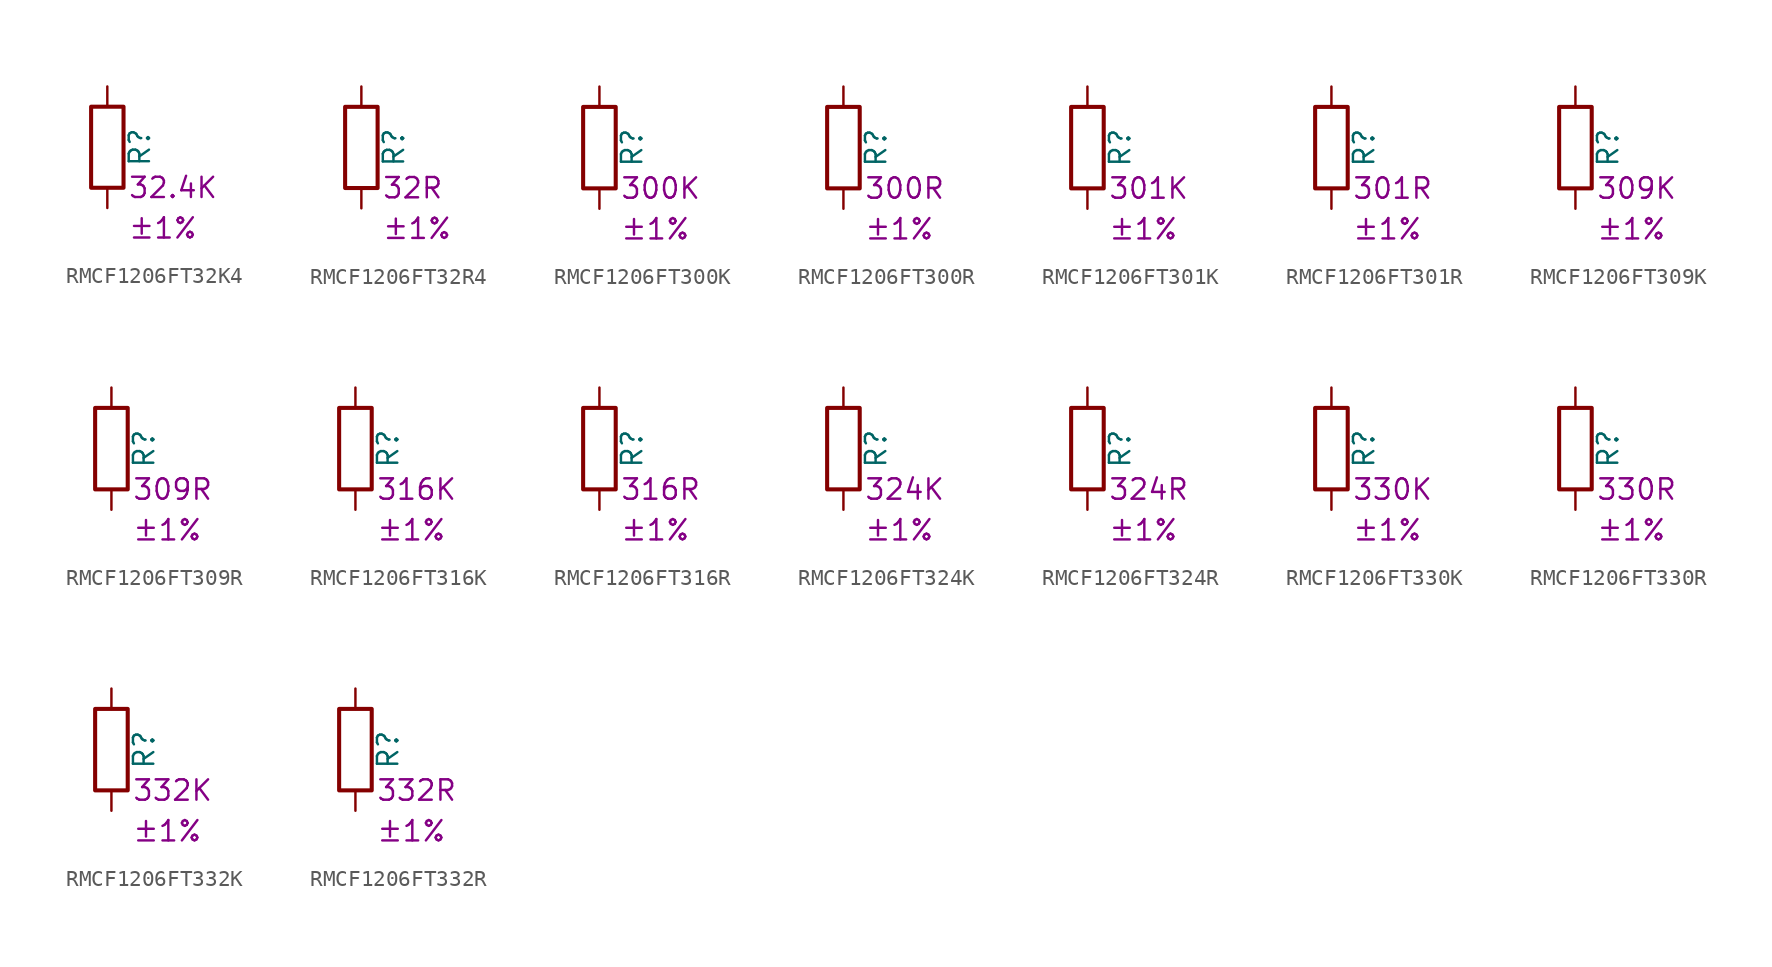
<source format=kicad_sym>
(kicad_symbol_lib
  (version 20220914)
  (generator kicad_symbol_editor)
  (symbol "RMCF1206FT32K4"
    (pin_numbers hide)
    (pin_names
      (offset 0))
    (property "Reference" "R"
      (at 2.032 0 90)
      (effects (font (size 1.27 1.27))))
    (property "Resistance" "32.4K"
      (at 1.27 -2.54 0)
      (effects (font (size 1.27 1.27)) (justify left)))
    (property "Tolerance" "±1%"
      (at 1.27 -5.08 0)
      (effects (font (size 1.27 1.27)) (justify left)))
    (symbol "RMCF1206FT32K4_0_1"
      (rectangle (start -1.016 -2.54) (end 1.016 2.54) (stroke (width 0.254) (type default)) (fill (type none))))
    (symbol "RMCF1206FT32K4_1_1"
      (pin passive line (at 0 3.81 270) (length 1.27) (name "~" (effects (font (size 1.27 1.27)))) (number "1" (effects (font (size 1.27 1.27)))))
      (pin passive line (at 0 -3.81 90) (length 1.27) (name "~" (effects (font (size 1.27 1.27)))) (number "2" (effects (font (size 1.27 1.27)))))))
  (symbol "RMCF1206FT32R4"
    (pin_numbers hide)
    (pin_names
      (offset 0))
    (property "Reference" "R"
      (at 2.032 0 90)
      (effects (font (size 1.27 1.27))))
    (property "Resistance" "32R"
      (at 1.27 -2.54 0)
      (effects (font (size 1.27 1.27)) (justify left)))
    (property "Tolerance" "±1%"
      (at 1.27 -5.08 0)
      (effects (font (size 1.27 1.27)) (justify left)))
    (symbol "RMCF1206FT32R4_0_1"
      (rectangle (start -1.016 -2.54) (end 1.016 2.54) (stroke (width 0.254) (type default)) (fill (type none))))
    (symbol "RMCF1206FT32R4_1_1"
      (pin passive line (at 0 3.81 270) (length 1.27) (name "~" (effects (font (size 1.27 1.27)))) (number "1" (effects (font (size 1.27 1.27)))))
      (pin passive line (at 0 -3.81 90) (length 1.27) (name "~" (effects (font (size 1.27 1.27)))) (number "2" (effects (font (size 1.27 1.27)))))))
  (symbol "RMCF1206FT300K"
    (pin_numbers hide)
    (pin_names
      (offset 0))
    (property "Reference" "R"
      (at 2.032 0 90)
      (effects (font (size 1.27 1.27))))
    (property "Resistance" "300K"
      (at 1.27 -2.54 0)
      (effects (font (size 1.27 1.27)) (justify left)))
    (property "Tolerance" "±1%"
      (at 1.27 -5.08 0)
      (effects (font (size 1.27 1.27)) (justify left)))
    (symbol "RMCF1206FT300K_0_1"
      (rectangle (start -1.016 -2.54) (end 1.016 2.54) (stroke (width 0.254) (type default)) (fill (type none))))
    (symbol "RMCF1206FT300K_1_1"
      (pin passive line (at 0 3.81 270) (length 1.27) (name "~" (effects (font (size 1.27 1.27)))) (number "1" (effects (font (size 1.27 1.27)))))
      (pin passive line (at 0 -3.81 90) (length 1.27) (name "~" (effects (font (size 1.27 1.27)))) (number "2" (effects (font (size 1.27 1.27)))))))
  (symbol "RMCF1206FT300R"
    (pin_numbers hide)
    (pin_names
      (offset 0))
    (property "Reference" "R"
      (at 2.032 0 90)
      (effects (font (size 1.27 1.27))))
    (property "Resistance" "300R"
      (at 1.27 -2.54 0)
      (effects (font (size 1.27 1.27)) (justify left)))
    (property "Tolerance" "±1%"
      (at 1.27 -5.08 0)
      (effects (font (size 1.27 1.27)) (justify left)))
    (symbol "RMCF1206FT300R_0_1"
      (rectangle (start -1.016 -2.54) (end 1.016 2.54) (stroke (width 0.254) (type default)) (fill (type none))))
    (symbol "RMCF1206FT300R_1_1"
      (pin passive line (at 0 3.81 270) (length 1.27) (name "~" (effects (font (size 1.27 1.27)))) (number "1" (effects (font (size 1.27 1.27)))))
      (pin passive line (at 0 -3.81 90) (length 1.27) (name "~" (effects (font (size 1.27 1.27)))) (number "2" (effects (font (size 1.27 1.27)))))))
  (symbol "RMCF1206FT301K"
    (pin_numbers hide)
    (pin_names
      (offset 0))
    (property "Reference" "R"
      (at 2.032 0 90)
      (effects (font (size 1.27 1.27))))
    (property "Resistance" "301K"
      (at 1.27 -2.54 0)
      (effects (font (size 1.27 1.27)) (justify left)))
    (property "Tolerance" "±1%"
      (at 1.27 -5.08 0)
      (effects (font (size 1.27 1.27)) (justify left)))
    (symbol "RMCF1206FT301K_0_1"
      (rectangle (start -1.016 -2.54) (end 1.016 2.54) (stroke (width 0.254) (type default)) (fill (type none))))
    (symbol "RMCF1206FT301K_1_1"
      (pin passive line (at 0 3.81 270) (length 1.27) (name "~" (effects (font (size 1.27 1.27)))) (number "1" (effects (font (size 1.27 1.27)))))
      (pin passive line (at 0 -3.81 90) (length 1.27) (name "~" (effects (font (size 1.27 1.27)))) (number "2" (effects (font (size 1.27 1.27)))))))
  (symbol "RMCF1206FT301R"
    (pin_numbers hide)
    (pin_names
      (offset 0))
    (property "Reference" "R"
      (at 2.032 0 90)
      (effects (font (size 1.27 1.27))))
    (property "Resistance" "301R"
      (at 1.27 -2.54 0)
      (effects (font (size 1.27 1.27)) (justify left)))
    (property "Tolerance" "±1%"
      (at 1.27 -5.08 0)
      (effects (font (size 1.27 1.27)) (justify left)))
    (symbol "RMCF1206FT301R_0_1"
      (rectangle (start -1.016 -2.54) (end 1.016 2.54) (stroke (width 0.254) (type default)) (fill (type none))))
    (symbol "RMCF1206FT301R_1_1"
      (pin passive line (at 0 3.81 270) (length 1.27) (name "~" (effects (font (size 1.27 1.27)))) (number "1" (effects (font (size 1.27 1.27)))))
      (pin passive line (at 0 -3.81 90) (length 1.27) (name "~" (effects (font (size 1.27 1.27)))) (number "2" (effects (font (size 1.27 1.27)))))))
  (symbol "RMCF1206FT309K"
    (pin_numbers hide)
    (pin_names
      (offset 0))
    (property "Reference" "R"
      (at 2.032 0 90)
      (effects (font (size 1.27 1.27))))
    (property "Resistance" "309K"
      (at 1.27 -2.54 0)
      (effects (font (size 1.27 1.27)) (justify left)))
    (property "Tolerance" "±1%"
      (at 1.27 -5.08 0)
      (effects (font (size 1.27 1.27)) (justify left)))
    (symbol "RMCF1206FT309K_0_1"
      (rectangle (start -1.016 -2.54) (end 1.016 2.54) (stroke (width 0.254) (type default)) (fill (type none))))
    (symbol "RMCF1206FT309K_1_1"
      (pin passive line (at 0 3.81 270) (length 1.27) (name "~" (effects (font (size 1.27 1.27)))) (number "1" (effects (font (size 1.27 1.27)))))
      (pin passive line (at 0 -3.81 90) (length 1.27) (name "~" (effects (font (size 1.27 1.27)))) (number "2" (effects (font (size 1.27 1.27)))))))
  (symbol "RMCF1206FT309R"
    (pin_numbers hide)
    (pin_names
      (offset 0))
    (property "Reference" "R"
      (at 2.032 0 90)
      (effects (font (size 1.27 1.27))))
    (property "Resistance" "309R"
      (at 1.27 -2.54 0)
      (effects (font (size 1.27 1.27)) (justify left)))
    (property "Tolerance" "±1%"
      (at 1.27 -5.08 0)
      (effects (font (size 1.27 1.27)) (justify left)))
    (symbol "RMCF1206FT309R_0_1"
      (rectangle (start -1.016 -2.54) (end 1.016 2.54) (stroke (width 0.254) (type default)) (fill (type none))))
    (symbol "RMCF1206FT309R_1_1"
      (pin passive line (at 0 3.81 270) (length 1.27) (name "~" (effects (font (size 1.27 1.27)))) (number "1" (effects (font (size 1.27 1.27)))))
      (pin passive line (at 0 -3.81 90) (length 1.27) (name "~" (effects (font (size 1.27 1.27)))) (number "2" (effects (font (size 1.27 1.27)))))))
  (symbol "RMCF1206FT316K"
    (pin_numbers hide)
    (pin_names
      (offset 0))
    (property "Reference" "R"
      (at 2.032 0 90)
      (effects (font (size 1.27 1.27))))
    (property "Resistance" "316K"
      (at 1.27 -2.54 0)
      (effects (font (size 1.27 1.27)) (justify left)))
    (property "Tolerance" "±1%"
      (at 1.27 -5.08 0)
      (effects (font (size 1.27 1.27)) (justify left)))
    (symbol "RMCF1206FT316K_0_1"
      (rectangle (start -1.016 -2.54) (end 1.016 2.54) (stroke (width 0.254) (type default)) (fill (type none))))
    (symbol "RMCF1206FT316K_1_1"
      (pin passive line (at 0 3.81 270) (length 1.27) (name "~" (effects (font (size 1.27 1.27)))) (number "1" (effects (font (size 1.27 1.27)))))
      (pin passive line (at 0 -3.81 90) (length 1.27) (name "~" (effects (font (size 1.27 1.27)))) (number "2" (effects (font (size 1.27 1.27)))))))
  (symbol "RMCF1206FT316R"
    (pin_numbers hide)
    (pin_names
      (offset 0))
    (property "Reference" "R"
      (at 2.032 0 90)
      (effects (font (size 1.27 1.27))))
    (property "Resistance" "316R"
      (at 1.27 -2.54 0)
      (effects (font (size 1.27 1.27)) (justify left)))
    (property "Tolerance" "±1%"
      (at 1.27 -5.08 0)
      (effects (font (size 1.27 1.27)) (justify left)))
    (symbol "RMCF1206FT316R_0_1"
      (rectangle (start -1.016 -2.54) (end 1.016 2.54) (stroke (width 0.254) (type default)) (fill (type none))))
    (symbol "RMCF1206FT316R_1_1"
      (pin passive line (at 0 3.81 270) (length 1.27) (name "~" (effects (font (size 1.27 1.27)))) (number "1" (effects (font (size 1.27 1.27)))))
      (pin passive line (at 0 -3.81 90) (length 1.27) (name "~" (effects (font (size 1.27 1.27)))) (number "2" (effects (font (size 1.27 1.27)))))))
  (symbol "RMCF1206FT324K"
    (pin_numbers hide)
    (pin_names
      (offset 0))
    (property "Reference" "R"
      (at 2.032 0 90)
      (effects (font (size 1.27 1.27))))
    (property "Resistance" "324K"
      (at 1.27 -2.54 0)
      (effects (font (size 1.27 1.27)) (justify left)))
    (property "Tolerance" "±1%"
      (at 1.27 -5.08 0)
      (effects (font (size 1.27 1.27)) (justify left)))
    (symbol "RMCF1206FT324K_0_1"
      (rectangle (start -1.016 -2.54) (end 1.016 2.54) (stroke (width 0.254) (type default)) (fill (type none))))
    (symbol "RMCF1206FT324K_1_1"
      (pin passive line (at 0 3.81 270) (length 1.27) (name "~" (effects (font (size 1.27 1.27)))) (number "1" (effects (font (size 1.27 1.27)))))
      (pin passive line (at 0 -3.81 90) (length 1.27) (name "~" (effects (font (size 1.27 1.27)))) (number "2" (effects (font (size 1.27 1.27)))))))
  (symbol "RMCF1206FT324R"
    (pin_numbers hide)
    (pin_names
      (offset 0))
    (property "Reference" "R"
      (at 2.032 0 90)
      (effects (font (size 1.27 1.27))))
    (property "Resistance" "324R"
      (at 1.27 -2.54 0)
      (effects (font (size 1.27 1.27)) (justify left)))
    (property "Tolerance" "±1%"
      (at 1.27 -5.08 0)
      (effects (font (size 1.27 1.27)) (justify left)))
    (symbol "RMCF1206FT324R_0_1"
      (rectangle (start -1.016 -2.54) (end 1.016 2.54) (stroke (width 0.254) (type default)) (fill (type none))))
    (symbol "RMCF1206FT324R_1_1"
      (pin passive line (at 0 3.81 270) (length 1.27) (name "~" (effects (font (size 1.27 1.27)))) (number "1" (effects (font (size 1.27 1.27)))))
      (pin passive line (at 0 -3.81 90) (length 1.27) (name "~" (effects (font (size 1.27 1.27)))) (number "2" (effects (font (size 1.27 1.27)))))))
  (symbol "RMCF1206FT330K"
    (pin_numbers hide)
    (pin_names
      (offset 0))
    (property "Reference" "R"
      (at 2.032 0 90)
      (effects (font (size 1.27 1.27))))
    (property "Resistance" "330K"
      (at 1.27 -2.54 0)
      (effects (font (size 1.27 1.27)) (justify left)))
    (property "Tolerance" "±1%"
      (at 1.27 -5.08 0)
      (effects (font (size 1.27 1.27)) (justify left)))
    (symbol "RMCF1206FT330K_0_1"
      (rectangle (start -1.016 -2.54) (end 1.016 2.54) (stroke (width 0.254) (type default)) (fill (type none))))
    (symbol "RMCF1206FT330K_1_1"
      (pin passive line (at 0 3.81 270) (length 1.27) (name "~" (effects (font (size 1.27 1.27)))) (number "1" (effects (font (size 1.27 1.27)))))
      (pin passive line (at 0 -3.81 90) (length 1.27) (name "~" (effects (font (size 1.27 1.27)))) (number "2" (effects (font (size 1.27 1.27)))))))
  (symbol "RMCF1206FT330R"
    (pin_numbers hide)
    (pin_names
      (offset 0))
    (property "Reference" "R"
      (at 2.032 0 90)
      (effects (font (size 1.27 1.27))))
    (property "Resistance" "330R"
      (at 1.27 -2.54 0)
      (effects (font (size 1.27 1.27)) (justify left)))
    (property "Tolerance" "±1%"
      (at 1.27 -5.08 0)
      (effects (font (size 1.27 1.27)) (justify left)))
    (symbol "RMCF1206FT330R_0_1"
      (rectangle (start -1.016 -2.54) (end 1.016 2.54) (stroke (width 0.254) (type default)) (fill (type none))))
    (symbol "RMCF1206FT330R_1_1"
      (pin passive line (at 0 3.81 270) (length 1.27) (name "~" (effects (font (size 1.27 1.27)))) (number "1" (effects (font (size 1.27 1.27)))))
      (pin passive line (at 0 -3.81 90) (length 1.27) (name "~" (effects (font (size 1.27 1.27)))) (number "2" (effects (font (size 1.27 1.27)))))))
  (symbol "RMCF1206FT332K"
    (pin_numbers hide)
    (pin_names
      (offset 0))
    (property "Reference" "R"
      (at 2.032 0 90)
      (effects (font (size 1.27 1.27))))
    (property "Resistance" "332K"
      (at 1.27 -2.54 0)
      (effects (font (size 1.27 1.27)) (justify left)))
    (property "Tolerance" "±1%"
      (at 1.27 -5.08 0)
      (effects (font (size 1.27 1.27)) (justify left)))
    (symbol "RMCF1206FT332K_0_1"
      (rectangle (start -1.016 -2.54) (end 1.016 2.54) (stroke (width 0.254) (type default)) (fill (type none))))
    (symbol "RMCF1206FT332K_1_1"
      (pin passive line (at 0 3.81 270) (length 1.27) (name "~" (effects (font (size 1.27 1.27)))) (number "1" (effects (font (size 1.27 1.27)))))
      (pin passive line (at 0 -3.81 90) (length 1.27) (name "~" (effects (font (size 1.27 1.27)))) (number "2" (effects (font (size 1.27 1.27)))))))
  (symbol "RMCF1206FT332R"
    (pin_numbers hide)
    (pin_names
      (offset 0))
    (property "Reference" "R"
      (at 2.032 0 90)
      (effects (font (size 1.27 1.27))))
    (property "Resistance" "332R"
      (at 1.27 -2.54 0)
      (effects (font (size 1.27 1.27)) (justify left)))
    (property "Tolerance" "±1%"
      (at 1.27 -5.08 0)
      (effects (font (size 1.27 1.27)) (justify left)))
    (symbol "RMCF1206FT332R_0_1"
      (rectangle (start -1.016 -2.54) (end 1.016 2.54) (stroke (width 0.254) (type default)) (fill (type none))))
    (symbol "RMCF1206FT332R_1_1"
      (pin passive line (at 0 3.81 270) (length 1.27) (name "~" (effects (font (size 1.27 1.27)))) (number "1" (effects (font (size 1.27 1.27)))))
      (pin passive line (at 0 -3.81 90) (length 1.27) (name "~" (effects (font (size 1.27 1.27)))) (number "2" (effects (font (size 1.27 1.27))))))))
</source>
